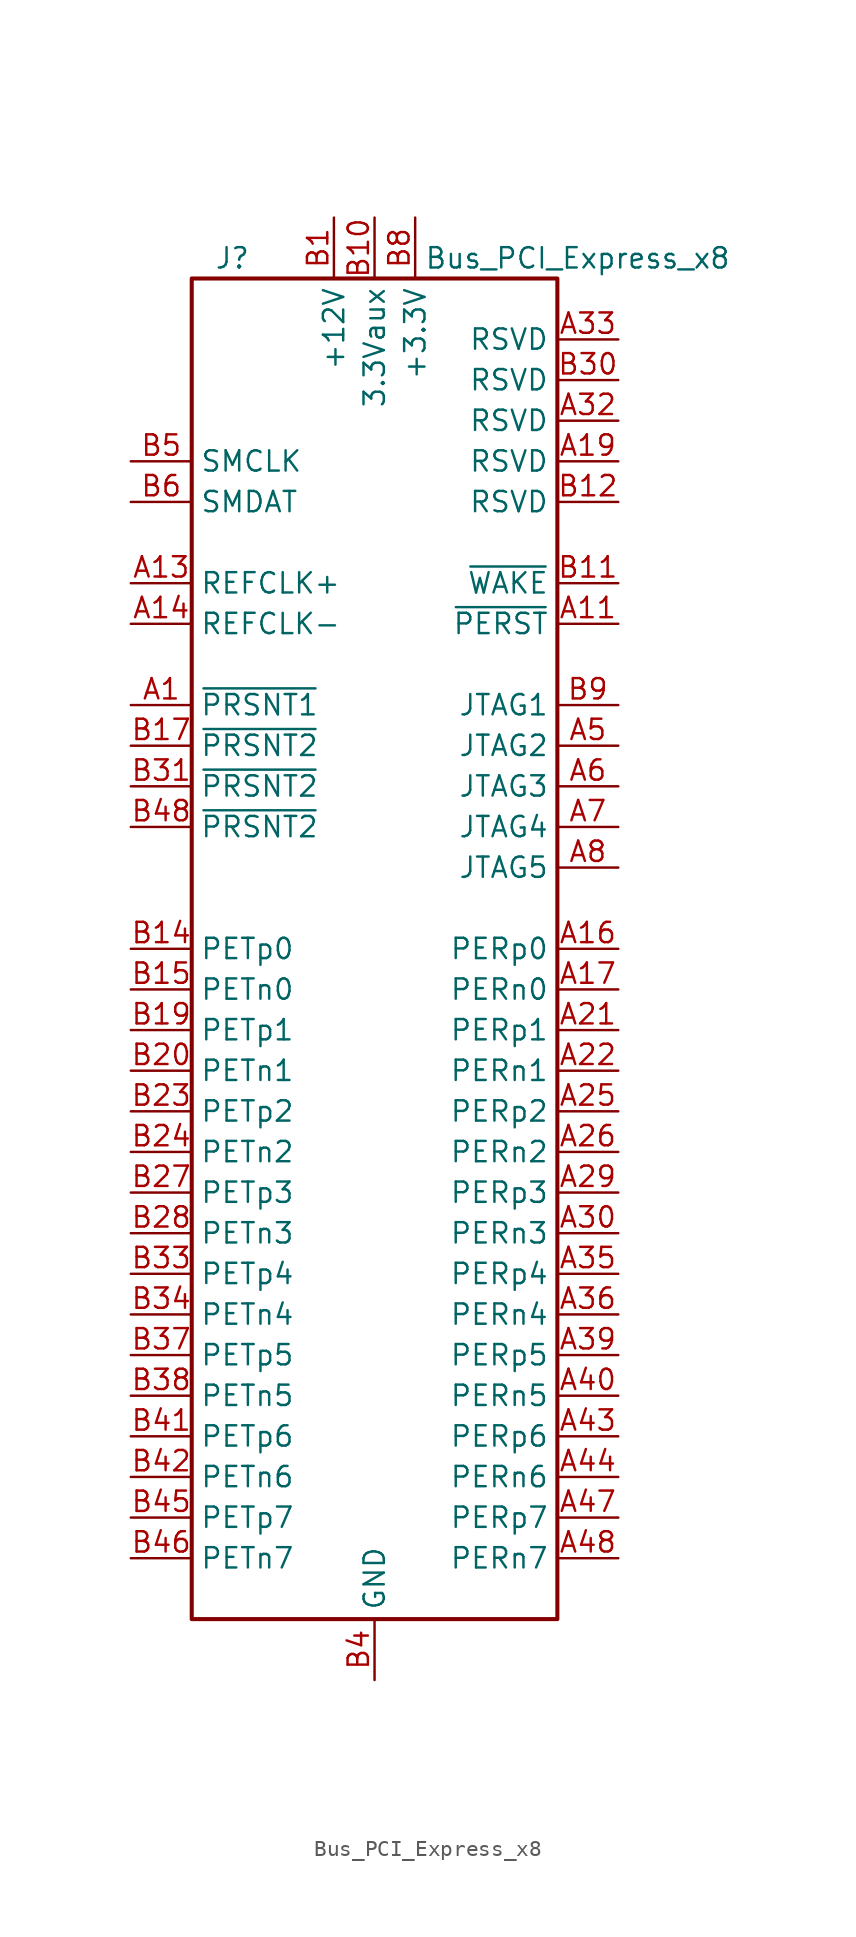
<source format=kicad_sym>
(kicad_symbol_lib
  (version 20211014)
  (generator kicad_symbol_editor)
  (symbol "Bus_PCI_Express_x8"
    (property "Reference" "J"
      (at -8.89 43.18 0)
      (effects (font (size 1.27 1.27))))
    (property "Value" "Bus_PCI_Express_x8"
      (at 12.7 43.18 0)
      (effects (font (size 1.27 1.27))))
    (symbol "Bus_PCI_Express_x8_0_1"
      (rectangle (start -11.43 41.91) (end 11.43 -41.91) (stroke (width 0.254) (type default) (color 0 0 0 0)) (fill (type none))))
    (symbol "Bus_PCI_Express_x8_1_1"
      (pin passive line (at -15.24 15.24 0) (length 3.81) (name "~{PRSNT1}" (effects (font (size 1.27 1.27)))) (number "A1" (effects (font (size 1.27 1.27)))))
      (pin passive line (at 2.54 45.72 270) (length 3.81) hide (name "+3.3V" (effects (font (size 1.27 1.27)))) (number "A10" (effects (font (size 1.27 1.27)))))
      (pin input line (at 15.24 20.32 180) (length 3.81) (name "~{PERST}" (effects (font (size 1.27 1.27)))) (number "A11" (effects (font (size 1.27 1.27)))))
      (pin passive line (at 0 -45.72 90) (length 3.81) hide (name "GND" (effects (font (size 1.27 1.27)))) (number "A12" (effects (font (size 1.27 1.27)))))
      (pin input line (at -15.24 22.86 0) (length 3.81) (name "REFCLK+" (effects (font (size 1.27 1.27)))) (number "A13" (effects (font (size 1.27 1.27)))))
      (pin input line (at -15.24 20.32 0) (length 3.81) (name "REFCLK-" (effects (font (size 1.27 1.27)))) (number "A14" (effects (font (size 1.27 1.27)))))
      (pin passive line (at 0 -45.72 90) (length 3.81) hide (name "GND" (effects (font (size 1.27 1.27)))) (number "A15" (effects (font (size 1.27 1.27)))))
      (pin output line (at 15.24 0 180) (length 3.81) (name "PERp0" (effects (font (size 1.27 1.27)))) (number "A16" (effects (font (size 1.27 1.27)))))
      (pin output line (at 15.24 -2.54 180) (length 3.81) (name "PERn0" (effects (font (size 1.27 1.27)))) (number "A17" (effects (font (size 1.27 1.27)))))
      (pin passive line (at 0 -45.72 90) (length 3.81) hide (name "GND" (effects (font (size 1.27 1.27)))) (number "A18" (effects (font (size 1.27 1.27)))))
      (pin passive line (at 15.24 30.48 180) (length 3.81) (name "RSVD" (effects (font (size 1.27 1.27)))) (number "A19" (effects (font (size 1.27 1.27)))))
      (pin passive line (at -2.54 45.72 270) (length 3.81) hide (name "+12V" (effects (font (size 1.27 1.27)))) (number "A2" (effects (font (size 1.27 1.27)))))
      (pin passive line (at 0 -45.72 90) (length 3.81) hide (name "GND" (effects (font (size 1.27 1.27)))) (number "A20" (effects (font (size 1.27 1.27)))))
      (pin output line (at 15.24 -5.08 180) (length 3.81) (name "PERp1" (effects (font (size 1.27 1.27)))) (number "A21" (effects (font (size 1.27 1.27)))))
      (pin output line (at 15.24 -7.62 180) (length 3.81) (name "PERn1" (effects (font (size 1.27 1.27)))) (number "A22" (effects (font (size 1.27 1.27)))))
      (pin passive line (at 0 -45.72 90) (length 3.81) hide (name "GND" (effects (font (size 1.27 1.27)))) (number "A23" (effects (font (size 1.27 1.27)))))
      (pin passive line (at 0 -45.72 90) (length 3.81) hide (name "GND" (effects (font (size 1.27 1.27)))) (number "A24" (effects (font (size 1.27 1.27)))))
      (pin output line (at 15.24 -10.16 180) (length 3.81) (name "PERp2" (effects (font (size 1.27 1.27)))) (number "A25" (effects (font (size 1.27 1.27)))))
      (pin output line (at 15.24 -12.7 180) (length 3.81) (name "PERn2" (effects (font (size 1.27 1.27)))) (number "A26" (effects (font (size 1.27 1.27)))))
      (pin passive line (at 0 -45.72 90) (length 3.81) hide (name "GND" (effects (font (size 1.27 1.27)))) (number "A27" (effects (font (size 1.27 1.27)))))
      (pin passive line (at 0 -45.72 90) (length 3.81) hide (name "GND" (effects (font (size 1.27 1.27)))) (number "A28" (effects (font (size 1.27 1.27)))))
      (pin output line (at 15.24 -15.24 180) (length 3.81) (name "PERp3" (effects (font (size 1.27 1.27)))) (number "A29" (effects (font (size 1.27 1.27)))))
      (pin passive line (at -2.54 45.72 270) (length 3.81) hide (name "+12V" (effects (font (size 1.27 1.27)))) (number "A3" (effects (font (size 1.27 1.27)))))
      (pin output line (at 15.24 -17.78 180) (length 3.81) (name "PERn3" (effects (font (size 1.27 1.27)))) (number "A30" (effects (font (size 1.27 1.27)))))
      (pin passive line (at 0 -45.72 90) (length 3.81) hide (name "GND" (effects (font (size 1.27 1.27)))) (number "A31" (effects (font (size 1.27 1.27)))))
      (pin passive line (at 15.24 33.02 180) (length 3.81) (name "RSVD" (effects (font (size 1.27 1.27)))) (number "A32" (effects (font (size 1.27 1.27)))))
      (pin passive line (at 15.24 38.1 180) (length 3.81) (name "RSVD" (effects (font (size 1.27 1.27)))) (number "A33" (effects (font (size 1.27 1.27)))))
      (pin passive line (at 0 -45.72 90) (length 3.81) hide (name "GND" (effects (font (size 1.27 1.27)))) (number "A34" (effects (font (size 1.27 1.27)))))
      (pin output line (at 15.24 -20.32 180) (length 3.81) (name "PERp4" (effects (font (size 1.27 1.27)))) (number "A35" (effects (font (size 1.27 1.27)))))
      (pin output line (at 15.24 -22.86 180) (length 3.81) (name "PERn4" (effects (font (size 1.27 1.27)))) (number "A36" (effects (font (size 1.27 1.27)))))
      (pin passive line (at 0 -45.72 90) (length 3.81) hide (name "GND" (effects (font (size 1.27 1.27)))) (number "A37" (effects (font (size 1.27 1.27)))))
      (pin passive line (at 0 -45.72 90) (length 3.81) hide (name "GND" (effects (font (size 1.27 1.27)))) (number "A38" (effects (font (size 1.27 1.27)))))
      (pin output line (at 15.24 -25.4 180) (length 3.81) (name "PERp5" (effects (font (size 1.27 1.27)))) (number "A39" (effects (font (size 1.27 1.27)))))
      (pin passive line (at 0 -45.72 90) (length 3.81) hide (name "GND" (effects (font (size 1.27 1.27)))) (number "A4" (effects (font (size 1.27 1.27)))))
      (pin output line (at 15.24 -27.94 180) (length 3.81) (name "PERn5" (effects (font (size 1.27 1.27)))) (number "A40" (effects (font (size 1.27 1.27)))))
      (pin passive line (at 0 -45.72 90) (length 3.81) hide (name "GND" (effects (font (size 1.27 1.27)))) (number "A41" (effects (font (size 1.27 1.27)))))
      (pin passive line (at 0 -45.72 90) (length 3.81) hide (name "GND" (effects (font (size 1.27 1.27)))) (number "A42" (effects (font (size 1.27 1.27)))))
      (pin output line (at 15.24 -30.48 180) (length 3.81) (name "PERp6" (effects (font (size 1.27 1.27)))) (number "A43" (effects (font (size 1.27 1.27)))))
      (pin output line (at 15.24 -33.02 180) (length 3.81) (name "PERn6" (effects (font (size 1.27 1.27)))) (number "A44" (effects (font (size 1.27 1.27)))))
      (pin passive line (at 0 -45.72 90) (length 3.81) hide (name "GND" (effects (font (size 1.27 1.27)))) (number "A45" (effects (font (size 1.27 1.27)))))
      (pin passive line (at 0 -45.72 90) (length 3.81) hide (name "GND" (effects (font (size 1.27 1.27)))) (number "A46" (effects (font (size 1.27 1.27)))))
      (pin output line (at 15.24 -35.56 180) (length 3.81) (name "PERp7" (effects (font (size 1.27 1.27)))) (number "A47" (effects (font (size 1.27 1.27)))))
      (pin output line (at 15.24 -38.1 180) (length 3.81) (name "PERn7" (effects (font (size 1.27 1.27)))) (number "A48" (effects (font (size 1.27 1.27)))))
      (pin passive line (at 0 -45.72 90) (length 3.81) hide (name "GND" (effects (font (size 1.27 1.27)))) (number "A49" (effects (font (size 1.27 1.27)))))
      (pin input line (at 15.24 12.7 180) (length 3.81) (name "JTAG2" (effects (font (size 1.27 1.27)))) (number "A5" (effects (font (size 1.27 1.27)))))
      (pin input line (at 15.24 10.16 180) (length 3.81) (name "JTAG3" (effects (font (size 1.27 1.27)))) (number "A6" (effects (font (size 1.27 1.27)))))
      (pin output line (at 15.24 7.62 180) (length 3.81) (name "JTAG4" (effects (font (size 1.27 1.27)))) (number "A7" (effects (font (size 1.27 1.27)))))
      (pin input line (at 15.24 5.08 180) (length 3.81) (name "JTAG5" (effects (font (size 1.27 1.27)))) (number "A8" (effects (font (size 1.27 1.27)))))
      (pin passive line (at 2.54 45.72 270) (length 3.81) hide (name "+3.3V" (effects (font (size 1.27 1.27)))) (number "A9" (effects (font (size 1.27 1.27)))))
      (pin power_in line (at -2.54 45.72 270) (length 3.81) (name "+12V" (effects (font (size 1.27 1.27)))) (number "B1" (effects (font (size 1.27 1.27)))))
      (pin power_in line (at 0 45.72 270) (length 3.81) (name "3.3Vaux" (effects (font (size 1.27 1.27)))) (number "B10" (effects (font (size 1.27 1.27)))))
      (pin open_collector line (at 15.24 22.86 180) (length 3.81) (name "~{WAKE}" (effects (font (size 1.27 1.27)))) (number "B11" (effects (font (size 1.27 1.27)))))
      (pin passive line (at 15.24 27.94 180) (length 3.81) (name "RSVD" (effects (font (size 1.27 1.27)))) (number "B12" (effects (font (size 1.27 1.27)))))
      (pin passive line (at 0 -45.72 90) (length 3.81) hide (name "GND" (effects (font (size 1.27 1.27)))) (number "B13" (effects (font (size 1.27 1.27)))))
      (pin input line (at -15.24 0 0) (length 3.81) (name "PETp0" (effects (font (size 1.27 1.27)))) (number "B14" (effects (font (size 1.27 1.27)))))
      (pin input line (at -15.24 -2.54 0) (length 3.81) (name "PETn0" (effects (font (size 1.27 1.27)))) (number "B15" (effects (font (size 1.27 1.27)))))
      (pin passive line (at 0 -45.72 90) (length 3.81) hide (name "GND" (effects (font (size 1.27 1.27)))) (number "B16" (effects (font (size 1.27 1.27)))))
      (pin passive line (at -15.24 12.7 0) (length 3.81) (name "~{PRSNT2}" (effects (font (size 1.27 1.27)))) (number "B17" (effects (font (size 1.27 1.27)))))
      (pin passive line (at 0 -45.72 90) (length 3.81) hide (name "GND" (effects (font (size 1.27 1.27)))) (number "B18" (effects (font (size 1.27 1.27)))))
      (pin input line (at -15.24 -5.08 0) (length 3.81) (name "PETp1" (effects (font (size 1.27 1.27)))) (number "B19" (effects (font (size 1.27 1.27)))))
      (pin passive line (at -2.54 45.72 270) (length 3.81) hide (name "+12V" (effects (font (size 1.27 1.27)))) (number "B2" (effects (font (size 1.27 1.27)))))
      (pin input line (at -15.24 -7.62 0) (length 3.81) (name "PETn1" (effects (font (size 1.27 1.27)))) (number "B20" (effects (font (size 1.27 1.27)))))
      (pin passive line (at 0 -45.72 90) (length 3.81) hide (name "GND" (effects (font (size 1.27 1.27)))) (number "B21" (effects (font (size 1.27 1.27)))))
      (pin passive line (at 0 -45.72 90) (length 3.81) hide (name "GND" (effects (font (size 1.27 1.27)))) (number "B22" (effects (font (size 1.27 1.27)))))
      (pin input line (at -15.24 -10.16 0) (length 3.81) (name "PETp2" (effects (font (size 1.27 1.27)))) (number "B23" (effects (font (size 1.27 1.27)))))
      (pin input line (at -15.24 -12.7 0) (length 3.81) (name "PETn2" (effects (font (size 1.27 1.27)))) (number "B24" (effects (font (size 1.27 1.27)))))
      (pin passive line (at 0 -45.72 90) (length 3.81) hide (name "GND" (effects (font (size 1.27 1.27)))) (number "B25" (effects (font (size 1.27 1.27)))))
      (pin passive line (at 0 -45.72 90) (length 3.81) hide (name "GND" (effects (font (size 1.27 1.27)))) (number "B26" (effects (font (size 1.27 1.27)))))
      (pin input line (at -15.24 -15.24 0) (length 3.81) (name "PETp3" (effects (font (size 1.27 1.27)))) (number "B27" (effects (font (size 1.27 1.27)))))
      (pin input line (at -15.24 -17.78 0) (length 3.81) (name "PETn3" (effects (font (size 1.27 1.27)))) (number "B28" (effects (font (size 1.27 1.27)))))
      (pin passive line (at 0 -45.72 90) (length 3.81) hide (name "GND" (effects (font (size 1.27 1.27)))) (number "B29" (effects (font (size 1.27 1.27)))))
      (pin passive line (at -2.54 45.72 270) (length 3.81) hide (name "+12V" (effects (font (size 1.27 1.27)))) (number "B3" (effects (font (size 1.27 1.27)))))
      (pin passive line (at 15.24 35.56 180) (length 3.81) (name "RSVD" (effects (font (size 1.27 1.27)))) (number "B30" (effects (font (size 1.27 1.27)))))
      (pin passive line (at -15.24 10.16 0) (length 3.81) (name "~{PRSNT2}" (effects (font (size 1.27 1.27)))) (number "B31" (effects (font (size 1.27 1.27)))))
      (pin passive line (at 0 -45.72 90) (length 3.81) hide (name "GND" (effects (font (size 1.27 1.27)))) (number "B32" (effects (font (size 1.27 1.27)))))
      (pin input line (at -15.24 -20.32 0) (length 3.81) (name "PETp4" (effects (font (size 1.27 1.27)))) (number "B33" (effects (font (size 1.27 1.27)))))
      (pin input line (at -15.24 -22.86 0) (length 3.81) (name "PETn4" (effects (font (size 1.27 1.27)))) (number "B34" (effects (font (size 1.27 1.27)))))
      (pin passive line (at 0 -45.72 90) (length 3.81) hide (name "GND" (effects (font (size 1.27 1.27)))) (number "B35" (effects (font (size 1.27 1.27)))))
      (pin passive line (at 0 -45.72 90) (length 3.81) hide (name "GND" (effects (font (size 1.27 1.27)))) (number "B36" (effects (font (size 1.27 1.27)))))
      (pin input line (at -15.24 -25.4 0) (length 3.81) (name "PETp5" (effects (font (size 1.27 1.27)))) (number "B37" (effects (font (size 1.27 1.27)))))
      (pin input line (at -15.24 -27.94 0) (length 3.81) (name "PETn5" (effects (font (size 1.27 1.27)))) (number "B38" (effects (font (size 1.27 1.27)))))
      (pin passive line (at 0 -45.72 90) (length 3.81) hide (name "GND" (effects (font (size 1.27 1.27)))) (number "B39" (effects (font (size 1.27 1.27)))))
      (pin power_in line (at 0 -45.72 90) (length 3.81) (name "GND" (effects (font (size 1.27 1.27)))) (number "B4" (effects (font (size 1.27 1.27)))))
      (pin passive line (at 0 -45.72 90) (length 3.81) hide (name "GND" (effects (font (size 1.27 1.27)))) (number "B40" (effects (font (size 1.27 1.27)))))
      (pin input line (at -15.24 -30.48 0) (length 3.81) (name "PETp6" (effects (font (size 1.27 1.27)))) (number "B41" (effects (font (size 1.27 1.27)))))
      (pin input line (at -15.24 -33.02 0) (length 3.81) (name "PETn6" (effects (font (size 1.27 1.27)))) (number "B42" (effects (font (size 1.27 1.27)))))
      (pin passive line (at 0 -45.72 90) (length 3.81) hide (name "GND" (effects (font (size 1.27 1.27)))) (number "B43" (effects (font (size 1.27 1.27)))))
      (pin passive line (at 0 -45.72 90) (length 3.81) hide (name "GND" (effects (font (size 1.27 1.27)))) (number "B44" (effects (font (size 1.27 1.27)))))
      (pin input line (at -15.24 -35.56 0) (length 3.81) (name "PETp7" (effects (font (size 1.27 1.27)))) (number "B45" (effects (font (size 1.27 1.27)))))
      (pin input line (at -15.24 -38.1 0) (length 3.81) (name "PETn7" (effects (font (size 1.27 1.27)))) (number "B46" (effects (font (size 1.27 1.27)))))
      (pin passive line (at 0 -45.72 90) (length 3.81) hide (name "GND" (effects (font (size 1.27 1.27)))) (number "B47" (effects (font (size 1.27 1.27)))))
      (pin passive line (at -15.24 7.62 0) (length 3.81) (name "~{PRSNT2}" (effects (font (size 1.27 1.27)))) (number "B48" (effects (font (size 1.27 1.27)))))
      (pin passive line (at 0 -45.72 90) (length 3.81) hide (name "GND" (effects (font (size 1.27 1.27)))) (number "B49" (effects (font (size 1.27 1.27)))))
      (pin input line (at -15.24 30.48 0) (length 3.81) (name "SMCLK" (effects (font (size 1.27 1.27)))) (number "B5" (effects (font (size 1.27 1.27)))))
      (pin bidirectional line (at -15.24 27.94 0) (length 3.81) (name "SMDAT" (effects (font (size 1.27 1.27)))) (number "B6" (effects (font (size 1.27 1.27)))))
      (pin passive line (at 0 -45.72 90) (length 3.81) hide (name "GND" (effects (font (size 1.27 1.27)))) (number "B7" (effects (font (size 1.27 1.27)))))
      (pin power_in line (at 2.54 45.72 270) (length 3.81) (name "+3.3V" (effects (font (size 1.27 1.27)))) (number "B8" (effects (font (size 1.27 1.27)))))
      (pin input line (at 15.24 15.24 180) (length 3.81) (name "JTAG1" (effects (font (size 1.27 1.27)))) (number "B9" (effects (font (size 1.27 1.27))))))))
</source>
